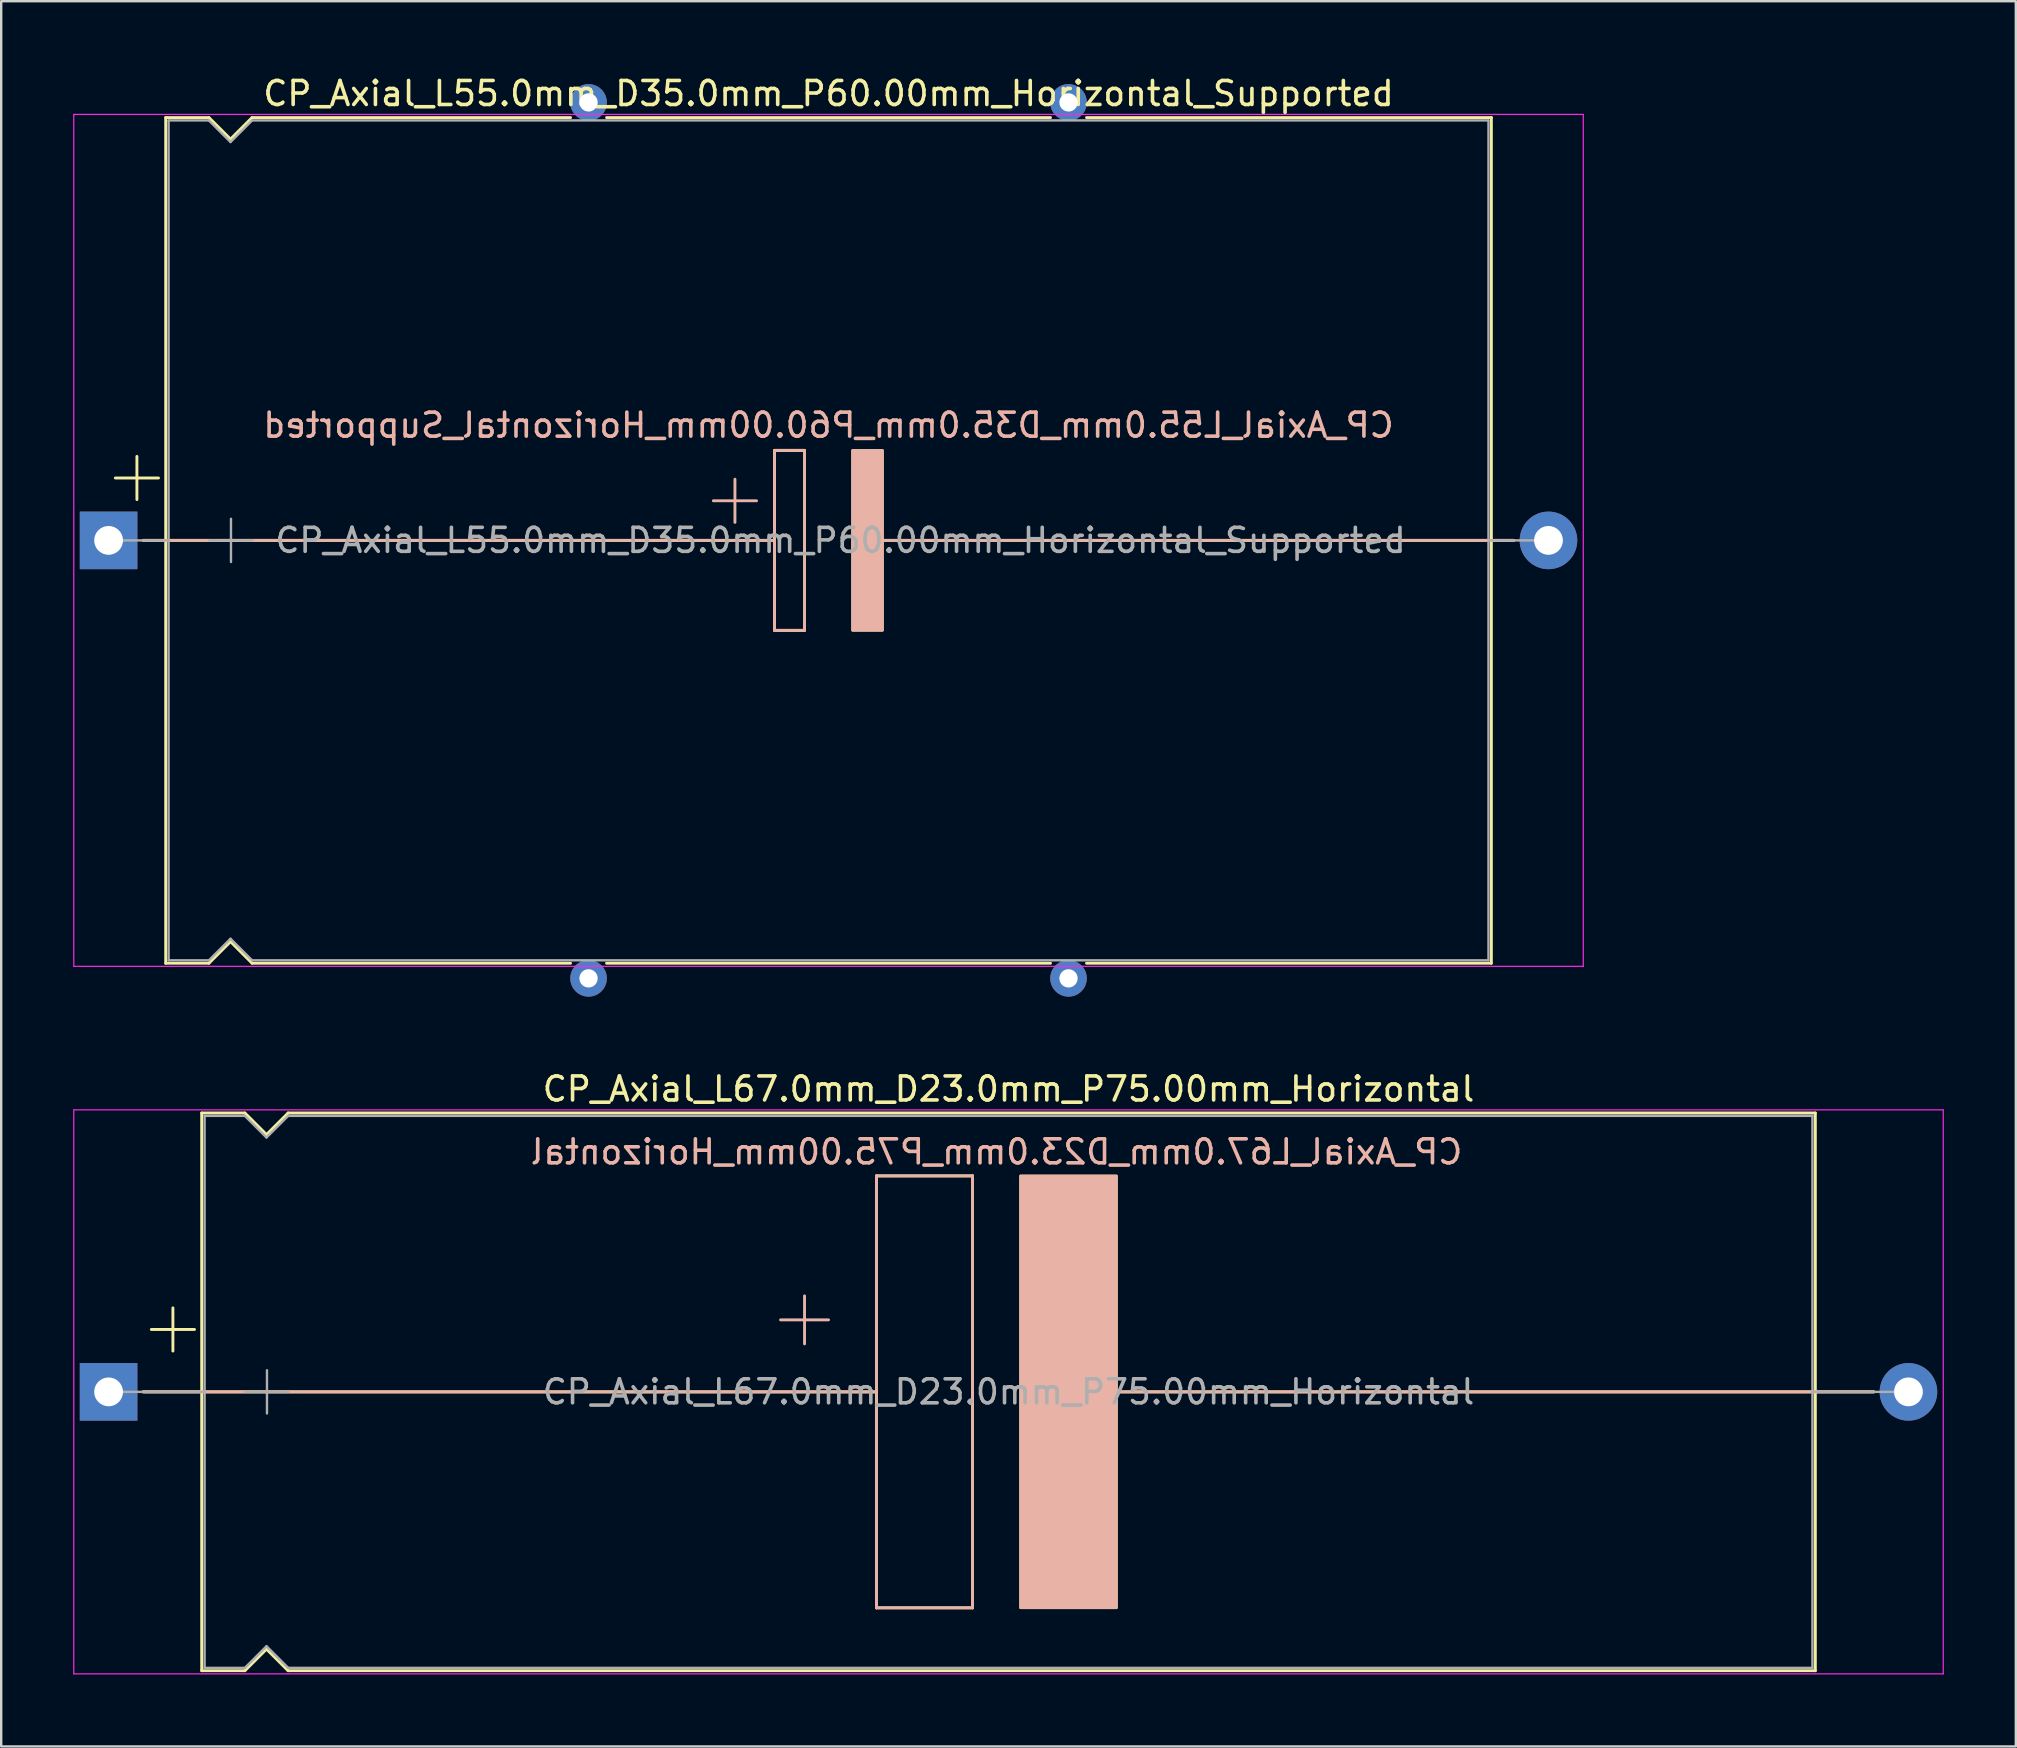
<source format=kicad_pcb>
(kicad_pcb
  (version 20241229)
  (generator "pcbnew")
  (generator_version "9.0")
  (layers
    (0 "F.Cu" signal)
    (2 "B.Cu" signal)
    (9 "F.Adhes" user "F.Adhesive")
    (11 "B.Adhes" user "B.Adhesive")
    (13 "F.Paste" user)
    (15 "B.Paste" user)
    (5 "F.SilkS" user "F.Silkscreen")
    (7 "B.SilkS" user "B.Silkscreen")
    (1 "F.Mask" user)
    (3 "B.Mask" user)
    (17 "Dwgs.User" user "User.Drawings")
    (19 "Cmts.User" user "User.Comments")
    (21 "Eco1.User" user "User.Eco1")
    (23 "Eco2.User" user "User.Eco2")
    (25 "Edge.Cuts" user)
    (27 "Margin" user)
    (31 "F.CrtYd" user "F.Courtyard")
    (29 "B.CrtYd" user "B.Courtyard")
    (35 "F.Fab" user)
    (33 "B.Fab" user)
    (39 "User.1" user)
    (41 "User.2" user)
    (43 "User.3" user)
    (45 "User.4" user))
  (footprint "CP_Axial_L55.0mm_D35.0mm_P60.00mm_Horizontal_Supported"
    (layer "F.Cu")
    (at 1.475 19.468)
    (property "Reference" "CP_Axial_L55.0mm_D35.0mm_P60.00mm_Horizontal_Supported" (at 30 -18.62 0) (layer "F.SilkS") (effects (font (size 1 1) (thickness 0.15))))
    (fp_line (start 0.28 -2.6) (end 2.08 -2.6) (stroke (width 0.12) (type solid)) (layer "F.SilkS"))
    (fp_line (start 1.18 -3.5) (end 1.18 -1.7) (stroke (width 0.12) (type solid)) (layer "F.SilkS"))
    (fp_line (start 1.44 0) (end 2.38 0) (stroke (width 0.12) (type solid)) (layer "F.SilkS"))
    (fp_line (start 2.38 -17.62) (end 2.38 17.62) (stroke (width 0.12) (type solid)) (layer "F.SilkS"))
    (fp_line (start 2.38 -17.62) (end 4.18 -17.62) (stroke (width 0.12) (type solid)) (layer "F.SilkS"))
    (fp_line (start 2.38 0) (end 27.75 0) (stroke (width 0.12) (type solid)) (layer "F.SilkS"))
    (fp_line (start 2.38 17.62) (end 4.18 17.62) (stroke (width 0.12) (type solid)) (layer "F.SilkS"))
    (fp_line (start 4.18 -17.62) (end 5.08 -16.72) (stroke (width 0.12) (type solid)) (layer "F.SilkS"))
    (fp_line (start 4.18 17.62) (end 5.08 16.72) (stroke (width 0.12) (type solid)) (layer "F.SilkS"))
    (fp_line (start 5.08 -16.72) (end 5.98 -17.62) (stroke (width 0.12) (type solid)) (layer "F.SilkS"))
    (fp_line (start 5.08 16.72) (end 5.98 17.62) (stroke (width 0.12) (type solid)) (layer "F.SilkS"))
    (fp_line (start 5.98 -17.62) (end 19.25 -17.62) (stroke (width 0.12) (type solid)) (layer "F.SilkS"))
    (fp_line (start 5.98 17.62) (end 19.25 17.62) (stroke (width 0.12) (type solid)) (layer "F.SilkS"))
    (fp_line (start 20.75 -17.62) (end 39.25 -17.62) (stroke (width 0.12) (type solid)) (layer "F.SilkS"))
    (fp_line (start 20.75 17.62) (end 39.25 17.62) (stroke (width 0.12) (type solid)) (layer "F.SilkS"))
    (fp_line (start 27.75 -3.75) (end 29 -3.75) (stroke (width 0.12) (type solid)) (layer "F.SilkS"))
    (fp_line (start 27.75 0) (end 27.75 -3.75) (stroke (width 0.12) (type solid)) (layer "F.SilkS"))
    (fp_line (start 27.75 3.75) (end 27.75 0) (stroke (width 0.12) (type solid)) (layer "F.SilkS"))
    (fp_line (start 29 -3.75) (end 29 3.75) (stroke (width 0.12) (type solid)) (layer "F.SilkS"))
    (fp_line (start 29 3.75) (end 27.75 3.75) (stroke (width 0.12) (type solid)) (layer "F.SilkS"))
    (fp_line (start 31.75 0) (end 57.62 0) (stroke (width 0.12) (type solid)) (layer "F.SilkS"))
    (fp_line (start 40.75 -17.62) (end 57.62 -17.62) (stroke (width 0.12) (type solid)) (layer "F.SilkS"))
    (fp_line (start 40.75 17.62) (end 57.62 17.62) (stroke (width 0.12) (type solid)) (layer "F.SilkS"))
    (fp_line (start 57.62 -17.62) (end 57.62 17.62) (stroke (width 0.12) (type solid)) (layer "F.SilkS"))
    (fp_line (start 58.56 0) (end 57.62 0) (stroke (width 0.12) (type solid)) (layer "F.SilkS"))
    (fp_poly (pts (xy 32.25 3.75) (xy 31 3.75) (xy 31 -3.75) (xy 32.25 -3.75)) (stroke (width 0.1) (type solid)) (fill yes) (layer "F.SilkS"))
    (fp_line (start 1.45 0) (end 20.88 0) (stroke (width 0.12) (type solid)) (layer "B.SilkS"))
    (fp_line (start 20.88 0) (end 27.75 0) (stroke (width 0.12) (type solid)) (layer "B.SilkS"))
    (fp_line (start 26.1 -2.55) (end 26.1 -0.75) (stroke (width 0.12) (type solid)) (layer "B.SilkS"))
    (fp_line (start 27 -1.65) (end 25.2 -1.65) (stroke (width 0.12) (type solid)) (layer "B.SilkS"))
    (fp_line (start 27.75 -3.75) (end 29 -3.75) (stroke (width 0.12) (type solid)) (layer "B.SilkS"))
    (fp_line (start 27.75 0) (end 27.75 -3.75) (stroke (width 0.12) (type solid)) (layer "B.SilkS"))
    (fp_line (start 27.75 3.75) (end 27.75 0) (stroke (width 0.12) (type solid)) (layer "B.SilkS"))
    (fp_line (start 29 -3.75) (end 29 3.75) (stroke (width 0.12) (type solid)) (layer "B.SilkS"))
    (fp_line (start 29 3.75) (end 27.75 3.75) (stroke (width 0.12) (type solid)) (layer "B.SilkS"))
    (fp_line (start 32.25 0) (end 39.12 0) (stroke (width 0.12) (type solid)) (layer "B.SilkS"))
    (fp_line (start 58.55 0) (end 39.12 0) (stroke (width 0.12) (type solid)) (layer "B.SilkS"))
    (fp_poly (pts (xy 32.25 3.75) (xy 31 3.75) (xy 31 -3.75) (xy 32.25 -3.75)) (stroke (width 0.1) (type solid)) (fill yes) (layer "B.SilkS"))
    (fp_line (start -1.45 -17.75) (end -1.45 17.75) (stroke (width 0.05) (type solid)) (layer "F.CrtYd"))
    (fp_line (start -1.45 17.75) (end 61.45 17.75) (stroke (width 0.05) (type solid)) (layer "F.CrtYd"))
    (fp_line (start 61.45 -17.75) (end -1.45 -17.75) (stroke (width 0.05) (type solid)) (layer "F.CrtYd"))
    (fp_line (start 61.45 17.75) (end 61.45 -17.75) (stroke (width 0.05) (type solid)) (layer "F.CrtYd"))
    (fp_line (start 0 0) (end 2.5 0) (stroke (width 0.1) (type solid)) (layer "F.Fab"))
    (fp_line (start 2.5 -17.5) (end 2.5 17.5) (stroke (width 0.1) (type solid)) (layer "F.Fab"))
    (fp_line (start 2.5 -17.5) (end 4.18 -17.5) (stroke (width 0.1) (type solid)) (layer "F.Fab"))
    (fp_line (start 2.5 17.5) (end 4.18 17.5) (stroke (width 0.1) (type solid)) (layer "F.Fab"))
    (fp_line (start 4.18 -17.5) (end 5.08 -16.6) (stroke (width 0.1) (type solid)) (layer "F.Fab"))
    (fp_line (start 4.18 17.5) (end 5.08 16.6) (stroke (width 0.1) (type solid)) (layer "F.Fab"))
    (fp_line (start 4.2 0) (end 6 0) (stroke (width 0.1) (type solid)) (layer "F.Fab"))
    (fp_line (start 5.08 -16.6) (end 5.98 -17.5) (stroke (width 0.1) (type solid)) (layer "F.Fab"))
    (fp_line (start 5.08 16.6) (end 5.98 17.5) (stroke (width 0.1) (type solid)) (layer "F.Fab"))
    (fp_line (start 5.1 -0.9) (end 5.1 0.9) (stroke (width 0.1) (type solid)) (layer "F.Fab"))
    (fp_line (start 5.98 -17.5) (end 57.5 -17.5) (stroke (width 0.1) (type solid)) (layer "F.Fab"))
    (fp_line (start 5.98 17.5) (end 57.5 17.5) (stroke (width 0.1) (type solid)) (layer "F.Fab"))
    (fp_line (start 57.5 -17.5) (end 57.5 17.5) (stroke (width 0.1) (type solid)) (layer "F.Fab"))
    (fp_line (start 60 0) (end 57.5 0) (stroke (width 0.1) (type solid)) (layer "F.Fab"))
    (fp_text user "${REFERENCE}" (at 30 -4.8 0) (layer "B.SilkS") (effects (font (size 1 1) (thickness 0.15)) (justify mirror)))
    (fp_text user "${REFERENCE}" (at 30.5 0 0) (layer "F.Fab") (effects (font (size 1 1) (thickness 0.15))))
    (pad "" thru_hole circle (at 20 -18.25) (size 1.524 1.524) (drill 0.762) (layers "*.Cu" "*.Mask"))
    (pad "" thru_hole circle (at 20 18.25) (size 1.524 1.524) (drill 0.762) (layers "*.Cu" "*.Mask"))
    (pad "" thru_hole circle (at 40 -18.25) (size 1.524 1.524) (drill 0.762) (layers "*.Cu" "*.Mask"))
    (pad "" thru_hole circle (at 40 18.25) (size 1.524 1.524) (drill 0.762) (layers "*.Cu" "*.Mask"))
    (pad "1" thru_hole rect (at 0 0) (size 2.4 2.4) (drill 1.2) (layers "*.Cu" "*.Mask"))
    (pad "2" thru_hole oval (at 60 0) (size 2.4 2.4) (drill 1.2) (layers "*.Cu" "*.Mask")))
  (footprint "CP_Axial_L67.0mm_D23.0mm_P75.00mm_Horizontal"
    (layer "F.Cu")
    (at 1.475 54.949)
    (property "Reference" "CP_Axial_L67.0mm_D23.0mm_P75.00mm_Horizontal" (at 37.5 -12.62 0) (layer "F.SilkS") (effects (font (size 1 1) (thickness 0.15))))
    (fp_line (start 1.44 0) (end 3.88 0) (stroke (width 0.12) (type solid)) (layer "F.SilkS"))
    (fp_line (start 1.78 -2.6) (end 3.58 -2.6) (stroke (width 0.12) (type solid)) (layer "F.SilkS"))
    (fp_line (start 2.68 -3.5) (end 2.68 -1.7) (stroke (width 0.12) (type solid)) (layer "F.SilkS"))
    (fp_line (start 3.88 -11.62) (end 3.88 11.62) (stroke (width 0.12) (type solid)) (layer "F.SilkS"))
    (fp_line (start 3.88 -11.62) (end 5.68 -11.62) (stroke (width 0.12) (type solid)) (layer "F.SilkS"))
    (fp_line (start 3.88 0) (end 32 0) (stroke (width 0.12) (type solid)) (layer "F.SilkS"))
    (fp_line (start 3.88 11.62) (end 5.68 11.62) (stroke (width 0.12) (type solid)) (layer "F.SilkS"))
    (fp_line (start 5.68 -11.62) (end 6.58 -10.72) (stroke (width 0.12) (type solid)) (layer "F.SilkS"))
    (fp_line (start 5.68 11.62) (end 6.58 10.72) (stroke (width 0.12) (type solid)) (layer "F.SilkS"))
    (fp_line (start 6.58 -10.72) (end 7.48 -11.62) (stroke (width 0.12) (type solid)) (layer "F.SilkS"))
    (fp_line (start 6.58 10.72) (end 7.48 11.62) (stroke (width 0.12) (type solid)) (layer "F.SilkS"))
    (fp_line (start 7.48 -11.62) (end 71.12 -11.62) (stroke (width 0.12) (type solid)) (layer "F.SilkS"))
    (fp_line (start 7.48 11.62) (end 71.12 11.62) (stroke (width 0.12) (type solid)) (layer "F.SilkS"))
    (fp_line (start 32 -9) (end 36 -9) (stroke (width 0.12) (type solid)) (layer "F.SilkS"))
    (fp_line (start 32 9) (end 32 -9) (stroke (width 0.12) (type solid)) (layer "F.SilkS"))
    (fp_line (start 36 -9) (end 36 9) (stroke (width 0.12) (type solid)) (layer "F.SilkS"))
    (fp_line (start 36 9) (end 32 9) (stroke (width 0.12) (type solid)) (layer "F.SilkS"))
    (fp_line (start 42 0) (end 71.12 0) (stroke (width 0.12) (type solid)) (layer "F.SilkS"))
    (fp_line (start 71.12 -11.62) (end 71.12 11.62) (stroke (width 0.12) (type solid)) (layer "F.SilkS"))
    (fp_line (start 73.56 0) (end 71.12 0) (stroke (width 0.12) (type solid)) (layer "F.SilkS"))
    (fp_poly (pts (xy 42 9) (xy 38 9) (xy 38 -9) (xy 42 -9)) (stroke (width 0.1) (type solid)) (fill yes) (layer "F.SilkS"))
    (fp_line (start 1.44 0) (end 3.88 0) (stroke (width 0.12) (type solid)) (layer "B.SilkS"))
    (fp_line (start 3.88 0) (end 32 0) (stroke (width 0.12) (type solid)) (layer "B.SilkS"))
    (fp_line (start 29 -2) (end 29 -4) (stroke (width 0.12) (type solid)) (layer "B.SilkS"))
    (fp_line (start 30 -3) (end 28 -3) (stroke (width 0.12) (type solid)) (layer "B.SilkS"))
    (fp_line (start 32 -9) (end 36 -9) (stroke (width 0.12) (type solid)) (layer "B.SilkS"))
    (fp_line (start 32 9) (end 32 -9) (stroke (width 0.12) (type solid)) (layer "B.SilkS"))
    (fp_line (start 36 -9) (end 36 9) (stroke (width 0.12) (type solid)) (layer "B.SilkS"))
    (fp_line (start 36 9) (end 32 9) (stroke (width 0.12) (type solid)) (layer "B.SilkS"))
    (fp_line (start 42 0) (end 71.12 0) (stroke (width 0.12) (type solid)) (layer "B.SilkS"))
    (fp_line (start 73.56 0) (end 71.12 0) (stroke (width 0.12) (type solid)) (layer "B.SilkS"))
    (fp_poly (pts (xy 42 9) (xy 38 9) (xy 38 -9) (xy 42 -9)) (stroke (width 0.1) (type solid)) (fill yes) (layer "B.SilkS"))
    (fp_line (start -1.45 -11.75) (end -1.45 11.75) (stroke (width 0.05) (type solid)) (layer "F.CrtYd"))
    (fp_line (start -1.45 11.75) (end 76.45 11.75) (stroke (width 0.05) (type solid)) (layer "F.CrtYd"))
    (fp_line (start 76.45 -11.75) (end -1.45 -11.75) (stroke (width 0.05) (type solid)) (layer "F.CrtYd"))
    (fp_line (start 76.45 11.75) (end 76.45 -11.75) (stroke (width 0.05) (type solid)) (layer "F.CrtYd"))
    (fp_line (start 0 0) (end 4 0) (stroke (width 0.1) (type solid)) (layer "F.Fab"))
    (fp_line (start 4 -11.5) (end 4 11.5) (stroke (width 0.1) (type solid)) (layer "F.Fab"))
    (fp_line (start 4 -11.5) (end 5.68 -11.5) (stroke (width 0.1) (type solid)) (layer "F.Fab"))
    (fp_line (start 4 11.5) (end 5.68 11.5) (stroke (width 0.1) (type solid)) (layer "F.Fab"))
    (fp_line (start 5.68 -11.5) (end 6.58 -10.6) (stroke (width 0.1) (type solid)) (layer "F.Fab"))
    (fp_line (start 5.68 11.5) (end 6.58 10.6) (stroke (width 0.1) (type solid)) (layer "F.Fab"))
    (fp_line (start 5.7 0) (end 7.5 0) (stroke (width 0.1) (type solid)) (layer "F.Fab"))
    (fp_line (start 6.58 -10.6) (end 7.48 -11.5) (stroke (width 0.1) (type solid)) (layer "F.Fab"))
    (fp_line (start 6.58 10.6) (end 7.48 11.5) (stroke (width 0.1) (type solid)) (layer "F.Fab"))
    (fp_line (start 6.6 -0.9) (end 6.6 0.9) (stroke (width 0.1) (type solid)) (layer "F.Fab"))
    (fp_line (start 7.48 -11.5) (end 71 -11.5) (stroke (width 0.1) (type solid)) (layer "F.Fab"))
    (fp_line (start 7.48 11.5) (end 71 11.5) (stroke (width 0.1) (type solid)) (layer "F.Fab"))
    (fp_line (start 71 -11.5) (end 71 11.5) (stroke (width 0.1) (type solid)) (layer "F.Fab"))
    (fp_line (start 75 0) (end 71 0) (stroke (width 0.1) (type solid)) (layer "F.Fab"))
    (fp_text user "${REFERENCE}" (at 37 -10 0) (layer "B.SilkS") (effects (font (size 1 1) (thickness 0.15)) (justify mirror)))
    (fp_text user "${REFERENCE}" (at 37.5 0 0) (layer "F.Fab") (effects (font (size 1 1) (thickness 0.15))))
    (pad "1" thru_hole rect (at 0 0) (size 2.4 2.4) (drill 1.2) (layers "*.Cu" "*.Mask"))
    (pad "2" thru_hole oval (at 75 0) (size 2.4 2.4) (drill 1.2) (layers "*.Cu" "*.Mask")))
  (gr_rect
    (start -3 -3)
    (end 80.95 69.724)
    (stroke (width 0.1) (type default))
    (fill no)
    (layer "Edge.Cuts")))
</source>
